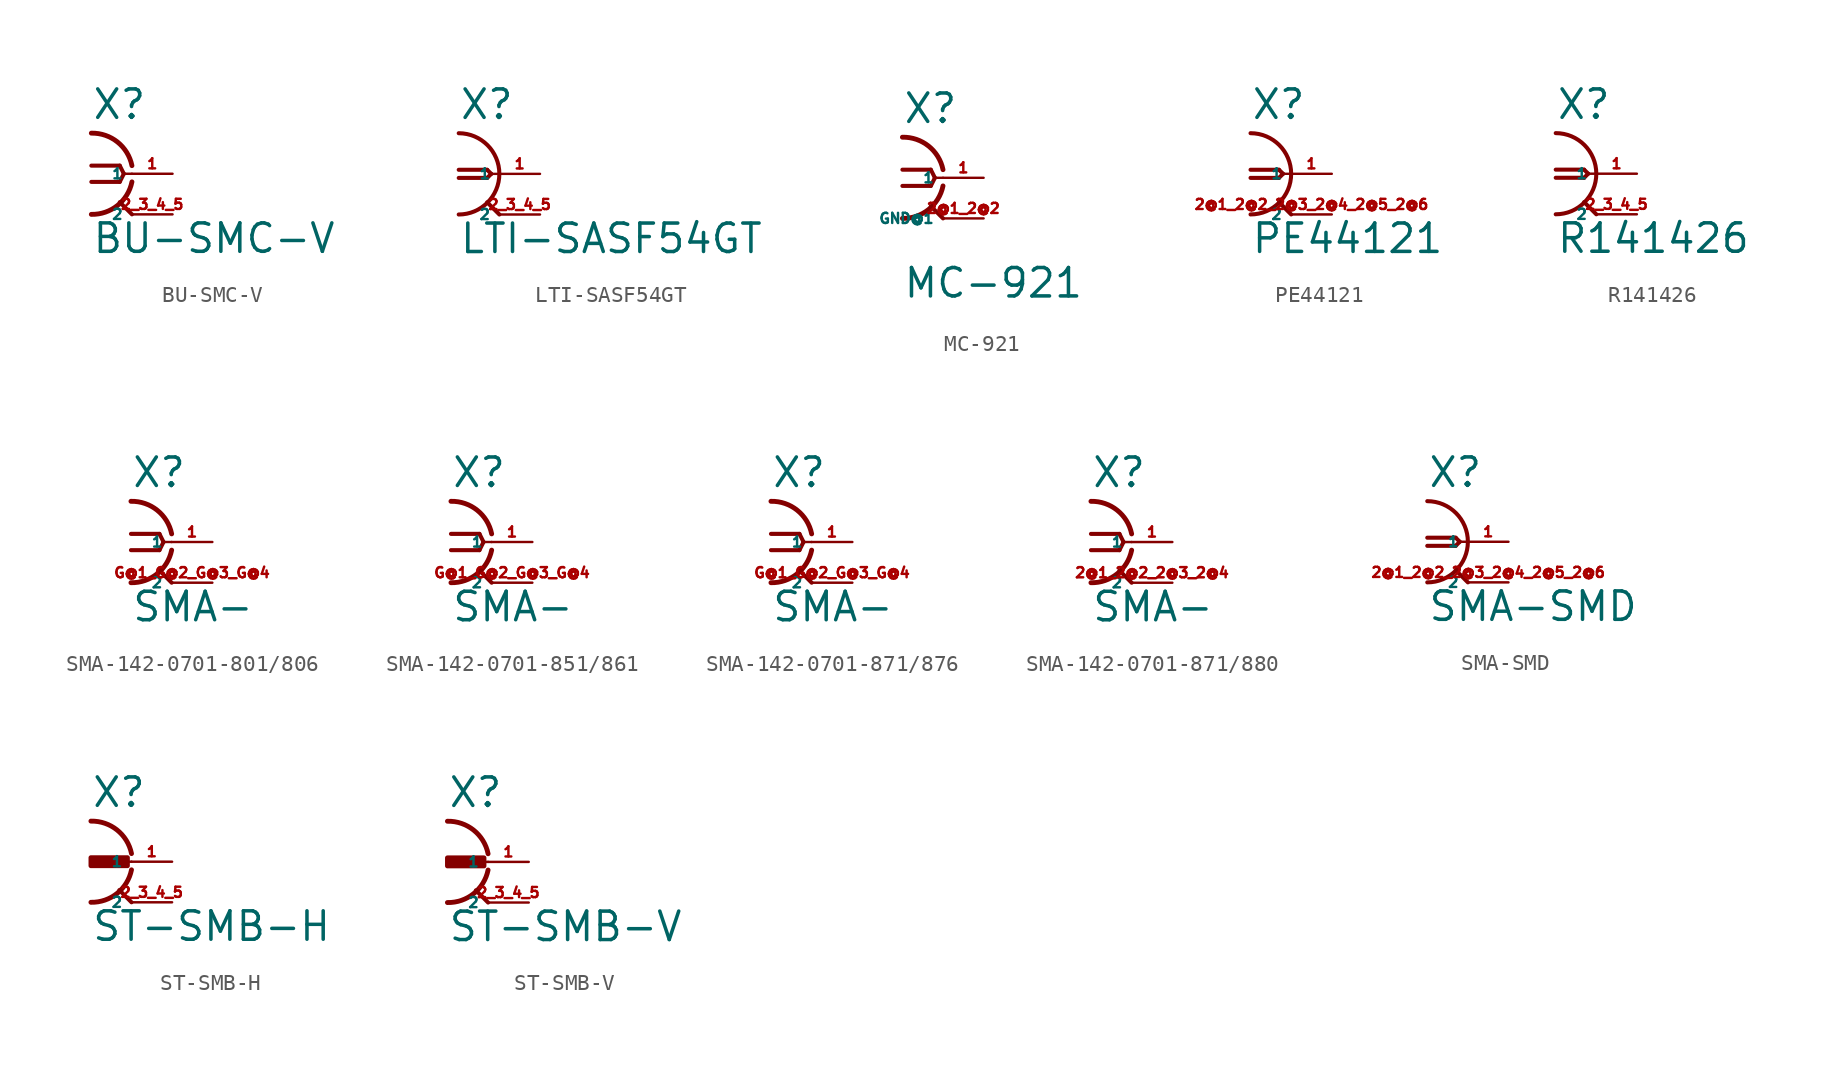
<source format=kicad_sym>
(kicad_symbol_lib
  (version 20220914)
  (generator Eagle2Kicad)
  (symbol "BU-SMC-V"
    (property "Reference" "X"
      (at -2.54 3.302 0)
      (effects (font (size 1.778 1.778) (thickness 0.22)) (justify left bottom)))
    (property "Value" "BU-SMC-V"
      (at -2.54 -5.08 0)
      (effects (font (size 1.778 1.778) (thickness 0.22)) (justify left bottom)))
    (polyline
      (pts (xy 0 -2.54) (xy -0.762 -1.778))
      (stroke (width 0.254) (type default))
      (fill (type none)))
    (polyline
      (pts (xy 0 0) (xy -0.508 0))
      (stroke (width 0.152) (type default))
      (fill (type none)))
    (polyline
      (pts (xy -2.54 0.508) (xy -0.762 0.508))
      (stroke (width 0.254) (type default))
      (fill (type none)))
    (polyline
      (pts (xy -0.762 0.508) (xy -0.508 0))
      (stroke (width 0.254) (type default))
      (fill (type none)))
    (polyline
      (pts (xy -0.508 0) (xy -0.762 -0.508))
      (stroke (width 0.254) (type default))
      (fill (type none)))
    (polyline
      (pts (xy -0.762 -0.508) (xy -2.54 -0.508))
      (stroke (width 0.254) (type default))
      (fill (type none)))
    (arc
      (start 0 0.508)
      (mid -0.902 1.984)
      (end -2.54 2.54)
      (stroke (width 0.3048) (type default))
      (fill (type none)))
    (arc
      (start -2.54 -2.54)
      (mid -0.902 -1.984)
      (end 0 -0.508)
      (stroke (width 0.3048) (type default))
      (fill (type none)))
    (pin passive line
      (at 2.54 0 180)
      (length 2.54)
      (name "1" (effects (font (size 0.635 0.635) (thickness 0.08)) (justify left bottom)))
      (number "1" (effects (font (size 0.635 0.635) (thickness 0.08)) (justify left bottom))))
    (pin passive line
      (at 2.54 -2.54 180)
      (length 2.54)
      (name "2" (effects (font (size 0.635 0.635) (thickness 0.08)) (justify left bottom)))
      (number "2 3 4 5" (effects (font (size 0.635 0.635) (thickness 0.08)) (justify left bottom)))))
  (symbol "LTI-SASF54GT"
    (property "Reference" "X"
      (at -2.54 3.302 0)
      (effects (font (size 1.778 1.778) (thickness 0.22)) (justify left bottom)))
    (property "Value" "LTI-SASF54GT"
      (at -2.54 -5.08 0)
      (effects (font (size 1.778 1.778) (thickness 0.22)) (justify left bottom)))
    (arc
      (start -2.54 -2.54)
      (mid 0.000 0.000)
      (end -2.54 2.54)
      (stroke (width 0.254) (type default))
      (fill (type none)))
    (polyline
      (pts (xy 0 -2.54) (xy -0.762 -1.778))
      (stroke (width 0.254) (type default))
      (fill (type none)))
    (polyline
      (pts (xy 0 0) (xy -0.508 0))
      (stroke (width 0.152) (type default))
      (fill (type none)))
    (polyline
      (pts (xy -2.54 0.254) (xy -0.762 0.254))
      (stroke (width 0.254) (type default))
      (fill (type none)))
    (polyline
      (pts (xy -0.762 0.254) (xy -0.508 0))
      (stroke (width 0.254) (type default))
      (fill (type none)))
    (polyline
      (pts (xy -0.508 0) (xy -0.762 -0.254))
      (stroke (width 0.254) (type default))
      (fill (type none)))
    (polyline
      (pts (xy -0.762 -0.254) (xy -2.54 -0.254))
      (stroke (width 0.254) (type default))
      (fill (type none)))
    (pin passive line
      (at 2.54 0 180)
      (length 2.54)
      (name "1" (effects (font (size 0.635 0.635) (thickness 0.08)) (justify left bottom)))
      (number "1" (effects (font (size 0.635 0.635) (thickness 0.08)) (justify left bottom))))
    (pin passive line
      (at 2.54 -2.54 180)
      (length 2.54)
      (name "2" (effects (font (size 0.635 0.635) (thickness 0.08)) (justify left bottom)))
      (number "2 3 4 5" (effects (font (size 0.635 0.635) (thickness 0.08)) (justify left bottom)))))
  (symbol "MC-921"
    (property "Reference" "X"
      (at -2.54 3.302 0)
      (effects (font (size 1.778 1.778) (thickness 0.22)) (justify left bottom)))
    (property "Value" "MC-921"
      (at -2.54 -7.62 0)
      (effects (font (size 1.778 1.778) (thickness 0.22)) (justify left bottom)))
    (polyline
      (pts (xy 0 -2.54) (xy -0.762 -1.778))
      (stroke (width 0.254) (type default))
      (fill (type none)))
    (polyline
      (pts (xy 0 0) (xy -0.508 0))
      (stroke (width 0.152) (type default))
      (fill (type none)))
    (polyline
      (pts (xy -2.54 0.508) (xy -0.762 0.508))
      (stroke (width 0.254) (type default))
      (fill (type none)))
    (polyline
      (pts (xy -0.762 0.508) (xy -0.508 0))
      (stroke (width 0.254) (type default))
      (fill (type none)))
    (polyline
      (pts (xy -0.508 0) (xy -0.762 -0.508))
      (stroke (width 0.254) (type default))
      (fill (type none)))
    (polyline
      (pts (xy -0.762 -0.508) (xy -2.54 -0.508))
      (stroke (width 0.254) (type default))
      (fill (type none)))
    (arc
      (start 0 0.508)
      (mid -0.902 1.984)
      (end -2.54 2.54)
      (stroke (width 0.3048) (type default))
      (fill (type none)))
    (arc
      (start -2.54 -2.54)
      (mid -0.902 -1.984)
      (end 0 -0.508)
      (stroke (width 0.3048) (type default))
      (fill (type none)))
    (pin passive line
      (at 2.54 0 180)
      (length 2.54)
      (name "1" (effects (font (size 0.635 0.635) (thickness 0.08)) (justify left bottom)))
      (number "1" (effects (font (size 0.635 0.635) (thickness 0.08)) (justify left bottom))))
    (pin passive line
      (at 2.54 -2.54 180)
      (length 2.54)
      (name "GND@1" (effects (font (size 0.635 0.635) (thickness 0.08)) (justify left bottom)))
      (number "2@1 2@2" (effects (font (size 0.635 0.635) (thickness 0.08)) (justify left bottom)))))
  (symbol "PE44121"
    (property "Reference" "X"
      (at -2.54 3.302 0)
      (effects (font (size 1.778 1.778) (thickness 0.22)) (justify left bottom)))
    (property "Value" "PE44121"
      (at -2.54 -5.08 0)
      (effects (font (size 1.778 1.778) (thickness 0.22)) (justify left bottom)))
    (arc
      (start -2.54 -2.54)
      (mid 0.000 0.000)
      (end -2.54 2.54)
      (stroke (width 0.254) (type default))
      (fill (type none)))
    (polyline
      (pts (xy 0 -2.54) (xy -0.762 -1.778))
      (stroke (width 0.254) (type default))
      (fill (type none)))
    (polyline
      (pts (xy 0 0) (xy -0.508 0))
      (stroke (width 0.152) (type default))
      (fill (type none)))
    (polyline
      (pts (xy -2.54 0.254) (xy -0.762 0.254))
      (stroke (width 0.254) (type default))
      (fill (type none)))
    (polyline
      (pts (xy -0.762 0.254) (xy -0.508 0))
      (stroke (width 0.254) (type default))
      (fill (type none)))
    (polyline
      (pts (xy -0.508 0) (xy -0.762 -0.254))
      (stroke (width 0.254) (type default))
      (fill (type none)))
    (polyline
      (pts (xy -0.762 -0.254) (xy -2.54 -0.254))
      (stroke (width 0.254) (type default))
      (fill (type none)))
    (pin passive line
      (at 2.54 0 180)
      (length 2.54)
      (name "1" (effects (font (size 0.635 0.635) (thickness 0.08)) (justify left bottom)))
      (number "1" (effects (font (size 0.635 0.635) (thickness 0.08)) (justify left bottom))))
    (pin passive line
      (at 2.54 -2.54 180)
      (length 2.54)
      (name "2" (effects (font (size 0.635 0.635) (thickness 0.08)) (justify left bottom)))
      (number "2@1 2@2 2@3 2@4 2@5 2@6" (effects (font (size 0.635 0.635) (thickness 0.08)) (justify left bottom)))))
  (symbol "R141426"
    (property "Reference" "X"
      (at -2.54 3.302 0)
      (effects (font (size 1.778 1.778) (thickness 0.22)) (justify left bottom)))
    (property "Value" "R141426"
      (at -2.54 -5.08 0)
      (effects (font (size 1.778 1.778) (thickness 0.22)) (justify left bottom)))
    (arc
      (start -2.54 -2.54)
      (mid 0.000 0.000)
      (end -2.54 2.54)
      (stroke (width 0.254) (type default))
      (fill (type none)))
    (polyline
      (pts (xy 0 -2.54) (xy -0.762 -1.778))
      (stroke (width 0.254) (type default))
      (fill (type none)))
    (polyline
      (pts (xy 0 0) (xy -0.508 0))
      (stroke (width 0.152) (type default))
      (fill (type none)))
    (polyline
      (pts (xy -2.54 0.254) (xy -0.762 0.254))
      (stroke (width 0.254) (type default))
      (fill (type none)))
    (polyline
      (pts (xy -0.762 0.254) (xy -0.508 0))
      (stroke (width 0.254) (type default))
      (fill (type none)))
    (polyline
      (pts (xy -0.508 0) (xy -0.762 -0.254))
      (stroke (width 0.254) (type default))
      (fill (type none)))
    (polyline
      (pts (xy -0.762 -0.254) (xy -2.54 -0.254))
      (stroke (width 0.254) (type default))
      (fill (type none)))
    (pin passive line
      (at 2.54 0 180)
      (length 2.54)
      (name "1" (effects (font (size 0.635 0.635) (thickness 0.08)) (justify left bottom)))
      (number "1" (effects (font (size 0.635 0.635) (thickness 0.08)) (justify left bottom))))
    (pin passive line
      (at 2.54 -2.54 180)
      (length 2.54)
      (name "2" (effects (font (size 0.635 0.635) (thickness 0.08)) (justify left bottom)))
      (number "2 3 4 5" (effects (font (size 0.635 0.635) (thickness 0.08)) (justify left bottom)))))
  (symbol "SMA-142-0701-801/806"
    (property "Reference" "X"
      (at -2.54 3.302 0)
      (effects (font (size 1.778 1.778) (thickness 0.22)) (justify left bottom)))
    (property "Value" "SMA-"
      (at -2.54 -5.08 0)
      (effects (font (size 1.778 1.778) (thickness 0.22)) (justify left bottom)))
    (polyline
      (pts (xy 0 -2.54) (xy -0.762 -1.778))
      (stroke (width 0.254) (type default))
      (fill (type none)))
    (polyline
      (pts (xy 0 0) (xy -0.508 0))
      (stroke (width 0.152) (type default))
      (fill (type none)))
    (polyline
      (pts (xy -2.54 0.508) (xy -0.762 0.508))
      (stroke (width 0.254) (type default))
      (fill (type none)))
    (polyline
      (pts (xy -0.762 0.508) (xy -0.508 0))
      (stroke (width 0.254) (type default))
      (fill (type none)))
    (polyline
      (pts (xy -0.508 0) (xy -0.762 -0.508))
      (stroke (width 0.254) (type default))
      (fill (type none)))
    (polyline
      (pts (xy -0.762 -0.508) (xy -2.54 -0.508))
      (stroke (width 0.254) (type default))
      (fill (type none)))
    (arc
      (start 0 0.508)
      (mid -0.902 1.984)
      (end -2.54 2.54)
      (stroke (width 0.3048) (type default))
      (fill (type none)))
    (arc
      (start -2.54 -2.54)
      (mid -0.902 -1.984)
      (end 0 -0.508)
      (stroke (width 0.3048) (type default))
      (fill (type none)))
    (pin passive line
      (at 2.54 0 180)
      (length 2.54)
      (name "1" (effects (font (size 0.635 0.635) (thickness 0.08)) (justify left bottom)))
      (number "1" (effects (font (size 0.635 0.635) (thickness 0.08)) (justify left bottom))))
    (pin passive line
      (at 2.54 -2.54 180)
      (length 2.54)
      (name "2" (effects (font (size 0.635 0.635) (thickness 0.08)) (justify left bottom)))
      (number "G@1 G@2 G@3 G@4" (effects (font (size 0.635 0.635) (thickness 0.08)) (justify left bottom)))))
  (symbol "SMA-142-0701-851/861"
    (property "Reference" "X"
      (at -2.54 3.302 0)
      (effects (font (size 1.778 1.778) (thickness 0.22)) (justify left bottom)))
    (property "Value" "SMA-"
      (at -2.54 -5.08 0)
      (effects (font (size 1.778 1.778) (thickness 0.22)) (justify left bottom)))
    (polyline
      (pts (xy 0 -2.54) (xy -0.762 -1.778))
      (stroke (width 0.254) (type default))
      (fill (type none)))
    (polyline
      (pts (xy 0 0) (xy -0.508 0))
      (stroke (width 0.152) (type default))
      (fill (type none)))
    (polyline
      (pts (xy -2.54 0.508) (xy -0.762 0.508))
      (stroke (width 0.254) (type default))
      (fill (type none)))
    (polyline
      (pts (xy -0.762 0.508) (xy -0.508 0))
      (stroke (width 0.254) (type default))
      (fill (type none)))
    (polyline
      (pts (xy -0.508 0) (xy -0.762 -0.508))
      (stroke (width 0.254) (type default))
      (fill (type none)))
    (polyline
      (pts (xy -0.762 -0.508) (xy -2.54 -0.508))
      (stroke (width 0.254) (type default))
      (fill (type none)))
    (arc
      (start 0 0.508)
      (mid -0.902 1.984)
      (end -2.54 2.54)
      (stroke (width 0.3048) (type default))
      (fill (type none)))
    (arc
      (start -2.54 -2.54)
      (mid -0.902 -1.984)
      (end 0 -0.508)
      (stroke (width 0.3048) (type default))
      (fill (type none)))
    (pin passive line
      (at 2.54 0 180)
      (length 2.54)
      (name "1" (effects (font (size 0.635 0.635) (thickness 0.08)) (justify left bottom)))
      (number "1" (effects (font (size 0.635 0.635) (thickness 0.08)) (justify left bottom))))
    (pin passive line
      (at 2.54 -2.54 180)
      (length 2.54)
      (name "2" (effects (font (size 0.635 0.635) (thickness 0.08)) (justify left bottom)))
      (number "G@1 G@2 G@3 G@4" (effects (font (size 0.635 0.635) (thickness 0.08)) (justify left bottom)))))
  (symbol "SMA-142-0701-871/876"
    (property "Reference" "X"
      (at -2.54 3.302 0)
      (effects (font (size 1.778 1.778) (thickness 0.22)) (justify left bottom)))
    (property "Value" "SMA-"
      (at -2.54 -5.08 0)
      (effects (font (size 1.778 1.778) (thickness 0.22)) (justify left bottom)))
    (polyline
      (pts (xy 0 -2.54) (xy -0.762 -1.778))
      (stroke (width 0.254) (type default))
      (fill (type none)))
    (polyline
      (pts (xy 0 0) (xy -0.508 0))
      (stroke (width 0.152) (type default))
      (fill (type none)))
    (polyline
      (pts (xy -2.54 0.508) (xy -0.762 0.508))
      (stroke (width 0.254) (type default))
      (fill (type none)))
    (polyline
      (pts (xy -0.762 0.508) (xy -0.508 0))
      (stroke (width 0.254) (type default))
      (fill (type none)))
    (polyline
      (pts (xy -0.508 0) (xy -0.762 -0.508))
      (stroke (width 0.254) (type default))
      (fill (type none)))
    (polyline
      (pts (xy -0.762 -0.508) (xy -2.54 -0.508))
      (stroke (width 0.254) (type default))
      (fill (type none)))
    (arc
      (start 0 0.508)
      (mid -0.902 1.984)
      (end -2.54 2.54)
      (stroke (width 0.3048) (type default))
      (fill (type none)))
    (arc
      (start -2.54 -2.54)
      (mid -0.902 -1.984)
      (end 0 -0.508)
      (stroke (width 0.3048) (type default))
      (fill (type none)))
    (pin passive line
      (at 2.54 0 180)
      (length 2.54)
      (name "1" (effects (font (size 0.635 0.635) (thickness 0.08)) (justify left bottom)))
      (number "1" (effects (font (size 0.635 0.635) (thickness 0.08)) (justify left bottom))))
    (pin passive line
      (at 2.54 -2.54 180)
      (length 2.54)
      (name "2" (effects (font (size 0.635 0.635) (thickness 0.08)) (justify left bottom)))
      (number "G@1 G@2 G@3 G@4" (effects (font (size 0.635 0.635) (thickness 0.08)) (justify left bottom)))))
  (symbol "SMA-142-0701-871/880"
    (property "Reference" "X"
      (at -2.54 3.302 0)
      (effects (font (size 1.778 1.778) (thickness 0.22)) (justify left bottom)))
    (property "Value" "SMA-"
      (at -2.54 -5.08 0)
      (effects (font (size 1.778 1.778) (thickness 0.22)) (justify left bottom)))
    (polyline
      (pts (xy 0 -2.54) (xy -0.762 -1.778))
      (stroke (width 0.254) (type default))
      (fill (type none)))
    (polyline
      (pts (xy 0 0) (xy -0.508 0))
      (stroke (width 0.152) (type default))
      (fill (type none)))
    (polyline
      (pts (xy -2.54 0.508) (xy -0.762 0.508))
      (stroke (width 0.254) (type default))
      (fill (type none)))
    (polyline
      (pts (xy -0.762 0.508) (xy -0.508 0))
      (stroke (width 0.254) (type default))
      (fill (type none)))
    (polyline
      (pts (xy -0.508 0) (xy -0.762 -0.508))
      (stroke (width 0.254) (type default))
      (fill (type none)))
    (polyline
      (pts (xy -0.762 -0.508) (xy -2.54 -0.508))
      (stroke (width 0.254) (type default))
      (fill (type none)))
    (arc
      (start 0 0.508)
      (mid -0.902 1.984)
      (end -2.54 2.54)
      (stroke (width 0.3048) (type default))
      (fill (type none)))
    (arc
      (start -2.54 -2.54)
      (mid -0.902 -1.984)
      (end 0 -0.508)
      (stroke (width 0.3048) (type default))
      (fill (type none)))
    (pin passive line
      (at 2.54 0 180)
      (length 2.54)
      (name "1" (effects (font (size 0.635 0.635) (thickness 0.08)) (justify left bottom)))
      (number "1" (effects (font (size 0.635 0.635) (thickness 0.08)) (justify left bottom))))
    (pin passive line
      (at 2.54 -2.54 180)
      (length 2.54)
      (name "2" (effects (font (size 0.635 0.635) (thickness 0.08)) (justify left bottom)))
      (number "2@1 2@2 2@3 2@4" (effects (font (size 0.635 0.635) (thickness 0.08)) (justify left bottom)))))
  (symbol "SMA-SMD"
    (property "Reference" "X"
      (at -2.54 3.302 0)
      (effects (font (size 1.778 1.778) (thickness 0.22)) (justify left bottom)))
    (property "Value" "SMA-SMD"
      (at -2.54 -5.08 0)
      (effects (font (size 1.778 1.778) (thickness 0.22)) (justify left bottom)))
    (arc
      (start -2.54 -2.54)
      (mid 0.000 0.000)
      (end -2.54 2.54)
      (stroke (width 0.254) (type default))
      (fill (type none)))
    (polyline
      (pts (xy 0 -2.54) (xy -0.762 -1.778))
      (stroke (width 0.254) (type default))
      (fill (type none)))
    (polyline
      (pts (xy 0 0) (xy -0.508 0))
      (stroke (width 0.152) (type default))
      (fill (type none)))
    (polyline
      (pts (xy -2.54 0.254) (xy -0.762 0.254))
      (stroke (width 0.254) (type default))
      (fill (type none)))
    (polyline
      (pts (xy -0.762 0.254) (xy -0.508 0))
      (stroke (width 0.254) (type default))
      (fill (type none)))
    (polyline
      (pts (xy -0.508 0) (xy -0.762 -0.254))
      (stroke (width 0.254) (type default))
      (fill (type none)))
    (polyline
      (pts (xy -0.762 -0.254) (xy -2.54 -0.254))
      (stroke (width 0.254) (type default))
      (fill (type none)))
    (pin passive line
      (at 2.54 0 180)
      (length 2.54)
      (name "1" (effects (font (size 0.635 0.635) (thickness 0.08)) (justify left bottom)))
      (number "1" (effects (font (size 0.635 0.635) (thickness 0.08)) (justify left bottom))))
    (pin passive line
      (at 2.54 -2.54 180)
      (length 2.54)
      (name "2" (effects (font (size 0.635 0.635) (thickness 0.08)) (justify left bottom)))
      (number "2@1 2@2 2@3 2@4 2@5 2@6" (effects (font (size 0.635 0.635) (thickness 0.08)) (justify left bottom)))))
  (symbol "ST-SMB-H"
    (property "Reference" "X"
      (at -2.54 3.302 0)
      (effects (font (size 1.778 1.778) (thickness 0.22)) (justify left bottom)))
    (property "Value" "ST-SMB-H"
      (at -2.54 -5.08 0)
      (effects (font (size 1.778 1.778) (thickness 0.22)) (justify left bottom)))
    (polyline
      (pts (xy 0 -2.54) (xy -0.762 -1.778))
      (stroke (width 0.254) (type default))
      (fill (type none)))
    (polyline
      (pts (xy 0 0) (xy -0.508 0))
      (stroke (width 0.152) (type default))
      (fill (type none)))
    (arc
      (start 0 0.508)
      (mid -0.902 1.984)
      (end -2.54 2.54)
      (stroke (width 0.3048) (type default))
      (fill (type none)))
    (arc
      (start -2.54 -2.54)
      (mid -0.902 -1.984)
      (end 0 -0.508)
      (stroke (width 0.3048) (type default))
      (fill (type none)))
    (rectangle
      (start -2.54 -0.254)
      (end -0.254 0.254)
      (stroke (width 0.3) (type default))
      (fill (type outline)))
    (pin passive line
      (at 2.54 0 180)
      (length 2.54)
      (name "1" (effects (font (size 0.635 0.635) (thickness 0.08)) (justify left bottom)))
      (number "1" (effects (font (size 0.635 0.635) (thickness 0.08)) (justify left bottom))))
    (pin passive line
      (at 2.54 -2.54 180)
      (length 2.54)
      (name "2" (effects (font (size 0.635 0.635) (thickness 0.08)) (justify left bottom)))
      (number "2 3 4 5" (effects (font (size 0.635 0.635) (thickness 0.08)) (justify left bottom)))))
  (symbol "ST-SMB-V"
    (property "Reference" "X"
      (at -2.54 3.302 0)
      (effects (font (size 1.778 1.778) (thickness 0.22)) (justify left bottom)))
    (property "Value" "ST-SMB-V"
      (at -2.54 -5.08 0)
      (effects (font (size 1.778 1.778) (thickness 0.22)) (justify left bottom)))
    (polyline
      (pts (xy 0 -2.54) (xy -0.762 -1.778))
      (stroke (width 0.254) (type default))
      (fill (type none)))
    (polyline
      (pts (xy 0 0) (xy -0.508 0))
      (stroke (width 0.152) (type default))
      (fill (type none)))
    (arc
      (start 0 0.508)
      (mid -0.902 1.984)
      (end -2.54 2.54)
      (stroke (width 0.3048) (type default))
      (fill (type none)))
    (arc
      (start -2.54 -2.54)
      (mid -0.902 -1.984)
      (end 0 -0.508)
      (stroke (width 0.3048) (type default))
      (fill (type none)))
    (rectangle
      (start -2.54 -0.254)
      (end -0.254 0.254)
      (stroke (width 0.3) (type default))
      (fill (type outline)))
    (pin passive line
      (at 2.54 0 180)
      (length 2.54)
      (name "1" (effects (font (size 0.635 0.635) (thickness 0.08)) (justify left bottom)))
      (number "1" (effects (font (size 0.635 0.635) (thickness 0.08)) (justify left bottom))))
    (pin passive line
      (at 2.54 -2.54 180)
      (length 2.54)
      (name "2" (effects (font (size 0.635 0.635) (thickness 0.08)) (justify left bottom)))
      (number "2 3 4 5" (effects (font (size 0.635 0.635) (thickness 0.08)) (justify left bottom))))))
</source>
